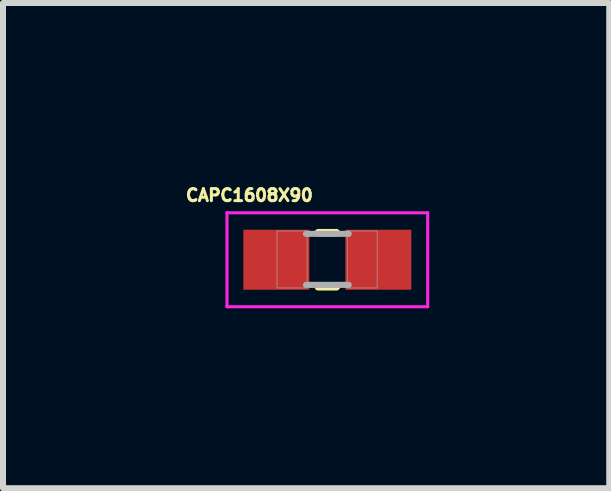
<source format=kicad_pcb>
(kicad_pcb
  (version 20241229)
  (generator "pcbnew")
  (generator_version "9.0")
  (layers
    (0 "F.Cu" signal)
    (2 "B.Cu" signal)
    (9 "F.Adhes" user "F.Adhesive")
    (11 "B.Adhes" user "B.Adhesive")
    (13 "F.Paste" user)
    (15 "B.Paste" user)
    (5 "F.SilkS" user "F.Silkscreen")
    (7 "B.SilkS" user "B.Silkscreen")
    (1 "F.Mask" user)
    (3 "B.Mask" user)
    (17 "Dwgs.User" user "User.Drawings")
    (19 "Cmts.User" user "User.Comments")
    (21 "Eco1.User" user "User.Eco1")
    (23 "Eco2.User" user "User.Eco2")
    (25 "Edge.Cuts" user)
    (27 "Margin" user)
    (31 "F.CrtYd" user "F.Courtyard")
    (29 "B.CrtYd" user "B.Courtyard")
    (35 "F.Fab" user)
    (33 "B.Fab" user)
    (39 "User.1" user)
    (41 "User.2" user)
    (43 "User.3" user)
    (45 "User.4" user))
  (footprint "CAPC1608X90"
    (layer "F.Cu")
    (at 2.407 1.28)
    (property "Reference" "CAPC1608X90" (at -1.3 -1.075 0) (layer "F.SilkS") (effects (font (size 0.2 0.2) (thickness 0.05))))
    (attr through_hole)
    (fp_line (start -0.15 -0.45) (end 0.15 -0.45) (stroke (width 0.127) (type solid)) (layer "F.SilkS"))
    (fp_line (start -0.15 0.45) (end 0.15 0.45) (stroke (width 0.127) (type solid)) (layer "F.SilkS"))
    (fp_line (start -1.673 -0.783) (end 1.673 -0.783) (stroke (width 0.051) (type solid)) (layer "F.CrtYd"))
    (fp_line (start -1.673 0.783) (end -1.673 -0.783) (stroke (width 0.051) (type solid)) (layer "F.CrtYd"))
    (fp_line (start 1.673 -0.783) (end 1.673 0.783) (stroke (width 0.051) (type solid)) (layer "F.CrtYd"))
    (fp_line (start 1.673 0.783) (end -1.673 0.783) (stroke (width 0.051) (type solid)) (layer "F.CrtYd"))
    (fp_line (start -0.356 -0.432) (end 0.356 -0.432) (stroke (width 0.102) (type solid)) (layer "F.Fab"))
    (fp_line (start -0.356 0.419) (end 0.356 0.419) (stroke (width 0.102) (type solid)) (layer "F.Fab"))
    (fp_poly (pts (xy -0.839 -0.48) (xy -0.338 -0.48) (xy -0.338 0.47) (xy -0.839 0.47)) (stroke (width 0.01) (type solid)) (fill no) (layer "F.Fab"))
    (fp_poly (pts (xy 0.331 -0.48) (xy 0.83 -0.48) (xy 0.83 0.471) (xy 0.331 0.471)) (stroke (width 0.01) (type solid)) (fill no) (layer "F.Fab"))
    (pad "1" smd rect (at -0.85 0) (size 1.1 1) (layers "F.Cu" "F.Mask" "F.Paste"))
    (pad "2" smd rect (at 0.85 0) (size 1.1 1) (layers "F.Cu" "F.Mask" "F.Paste")))
  (gr_rect
    (start -3 -3)
    (end 7.106 5.088)
    (stroke (width 0.1) (type default))
    (fill no)
    (layer "Edge.Cuts")))
</source>
